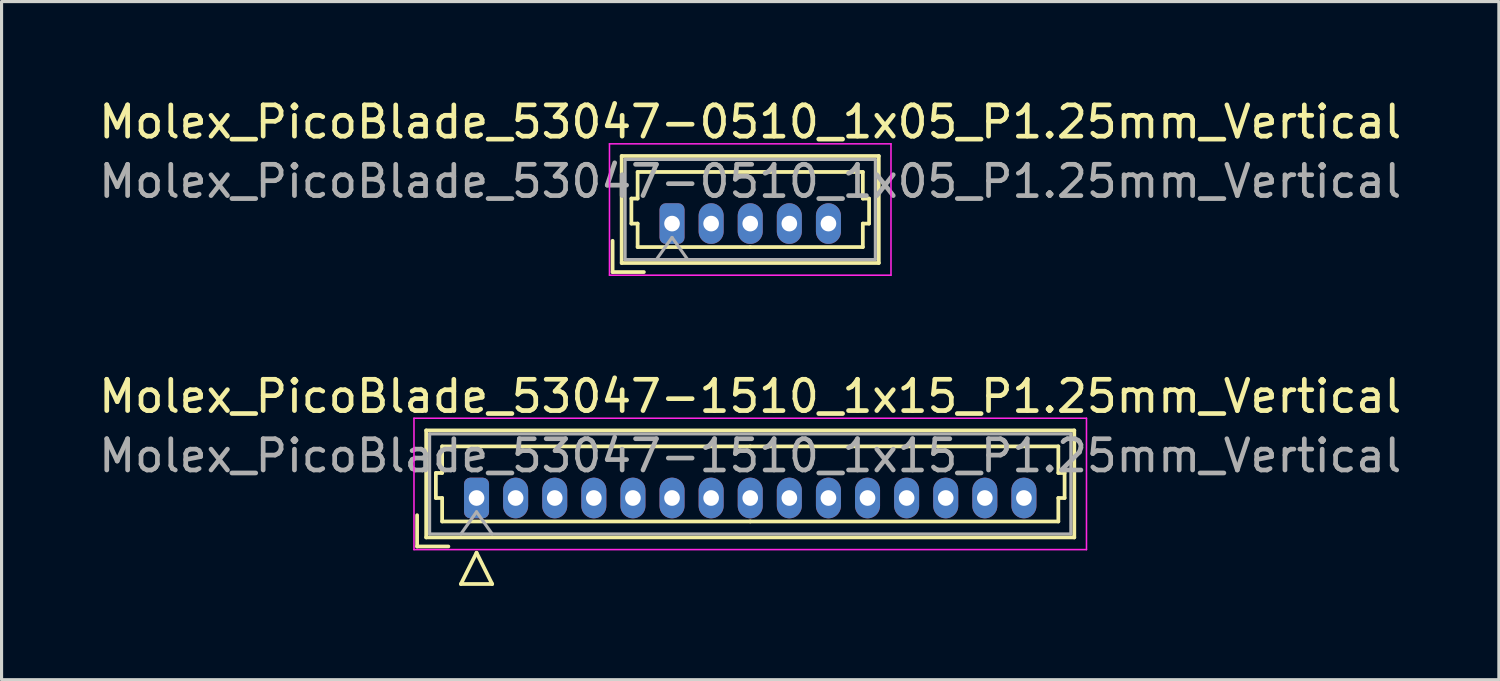
<source format=kicad_pcb>
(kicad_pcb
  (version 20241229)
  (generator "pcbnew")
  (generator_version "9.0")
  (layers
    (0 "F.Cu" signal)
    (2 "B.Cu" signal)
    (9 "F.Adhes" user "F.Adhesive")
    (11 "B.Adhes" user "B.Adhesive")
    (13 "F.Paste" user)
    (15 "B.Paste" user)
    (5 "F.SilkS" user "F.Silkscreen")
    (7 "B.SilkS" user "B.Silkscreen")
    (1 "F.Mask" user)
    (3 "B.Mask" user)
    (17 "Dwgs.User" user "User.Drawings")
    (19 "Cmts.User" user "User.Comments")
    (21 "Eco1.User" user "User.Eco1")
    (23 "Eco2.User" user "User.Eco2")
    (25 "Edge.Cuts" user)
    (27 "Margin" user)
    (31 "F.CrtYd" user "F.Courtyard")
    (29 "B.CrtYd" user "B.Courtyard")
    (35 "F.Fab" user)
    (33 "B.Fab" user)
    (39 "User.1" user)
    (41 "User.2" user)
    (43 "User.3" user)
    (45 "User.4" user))
  (footprint "Molex_PicoBlade_53047-1510_1x15_P1.25mm_Vertical"
    (layer "F.Cu")
    (at 12.185 12.871)
    (property "Reference" "Molex_PicoBlade_53047-1510_1x15_P1.25mm_Vertical" (at 8.75 -3.25 0) (layer "F.SilkS") (effects (font (size 1 1) (thickness 0.15))))
    (attr through_hole)
    (fp_line (start -1.9 1.55) (end -1.9 0.55) (stroke (width 0.12) (type solid)) (layer "F.SilkS"))
    (fp_line (start -1.9 1.55) (end -0.9 1.55) (stroke (width 0.12) (type solid)) (layer "F.SilkS"))
    (fp_line (start -1.61 -2.16) (end -1.61 1.26) (stroke (width 0.12) (type solid)) (layer "F.SilkS"))
    (fp_line (start -1.61 1.26) (end 19.11 1.26) (stroke (width 0.12) (type solid)) (layer "F.SilkS"))
    (fp_line (start -1.3 -0.8) (end -1.1 -0.8) (stroke (width 0.12) (type solid)) (layer "F.SilkS"))
    (fp_line (start -1.3 0) (end -1.3 -0.8) (stroke (width 0.12) (type solid)) (layer "F.SilkS"))
    (fp_line (start -1.1 -1.65) (end 8.75 -1.65) (stroke (width 0.12) (type solid)) (layer "F.SilkS"))
    (fp_line (start -1.1 -0.8) (end -1.1 -1.65) (stroke (width 0.12) (type solid)) (layer "F.SilkS"))
    (fp_line (start -1.1 0) (end -1.3 0) (stroke (width 0.12) (type solid)) (layer "F.SilkS"))
    (fp_line (start -1.1 0.75) (end -1.1 0) (stroke (width 0.12) (type solid)) (layer "F.SilkS"))
    (fp_line (start -0.5 2.75) (end 0.5 2.75) (stroke (width 0.12) (type solid)) (layer "F.SilkS"))
    (fp_line (start 0 1.75) (end -0.5 2.75) (stroke (width 0.12) (type solid)) (layer "F.SilkS"))
    (fp_line (start 0.5 2.75) (end 0 1.75) (stroke (width 0.12) (type solid)) (layer "F.SilkS"))
    (fp_line (start 8.75 0.75) (end -1.1 0.75) (stroke (width 0.12) (type solid)) (layer "F.SilkS"))
    (fp_line (start 8.75 0.75) (end 18.6 0.75) (stroke (width 0.12) (type solid)) (layer "F.SilkS"))
    (fp_line (start 18.6 -1.65) (end 8.75 -1.65) (stroke (width 0.12) (type solid)) (layer "F.SilkS"))
    (fp_line (start 18.6 -0.8) (end 18.6 -1.65) (stroke (width 0.12) (type solid)) (layer "F.SilkS"))
    (fp_line (start 18.6 0) (end 18.8 0) (stroke (width 0.12) (type solid)) (layer "F.SilkS"))
    (fp_line (start 18.6 0.75) (end 18.6 0) (stroke (width 0.12) (type solid)) (layer "F.SilkS"))
    (fp_line (start 18.8 -0.8) (end 18.6 -0.8) (stroke (width 0.12) (type solid)) (layer "F.SilkS"))
    (fp_line (start 18.8 0) (end 18.8 -0.8) (stroke (width 0.12) (type solid)) (layer "F.SilkS"))
    (fp_line (start 19.11 -2.16) (end -1.61 -2.16) (stroke (width 0.12) (type solid)) (layer "F.SilkS"))
    (fp_line (start 19.11 1.26) (end 19.11 -2.16) (stroke (width 0.12) (type solid)) (layer "F.SilkS"))
    (fp_line (start -2 -2.55) (end -2 1.65) (stroke (width 0.05) (type solid)) (layer "F.CrtYd"))
    (fp_line (start -2 1.65) (end 19.5 1.65) (stroke (width 0.05) (type solid)) (layer "F.CrtYd"))
    (fp_line (start 19.5 -2.55) (end -2 -2.55) (stroke (width 0.05) (type solid)) (layer "F.CrtYd"))
    (fp_line (start 19.5 1.65) (end 19.5 -2.55) (stroke (width 0.05) (type solid)) (layer "F.CrtYd"))
    (fp_line (start -1.5 -2.05) (end -1.5 1.15) (stroke (width 0.1) (type solid)) (layer "F.Fab"))
    (fp_line (start -1.5 1.15) (end 19 1.15) (stroke (width 0.1) (type solid)) (layer "F.Fab"))
    (fp_line (start -0.5 1.15) (end 0 0.443) (stroke (width 0.1) (type solid)) (layer "F.Fab"))
    (fp_line (start 0 0.443) (end 0.5 1.15) (stroke (width 0.1) (type solid)) (layer "F.Fab"))
    (fp_line (start 19 -2.05) (end -1.5 -2.05) (stroke (width 0.1) (type solid)) (layer "F.Fab"))
    (fp_line (start 19 1.15) (end 19 -2.05) (stroke (width 0.1) (type solid)) (layer "F.Fab"))
    (fp_text user "${REFERENCE}" (at 8.75 -1.35 0) (layer "F.Fab") (effects (font (size 1 1) (thickness 0.15))))
    (pad "1" thru_hole roundrect (at 0 0) (size 0.8 1.3) (drill 0.5) (layers "*.Cu" "*.Mask") (roundrect_rratio 0.25))
    (pad "2" thru_hole oval (at 1.25 0) (size 0.8 1.3) (drill 0.5) (layers "*.Cu" "*.Mask"))
    (pad "3" thru_hole oval (at 2.5 0) (size 0.8 1.3) (drill 0.5) (layers "*.Cu" "*.Mask"))
    (pad "4" thru_hole oval (at 3.75 0) (size 0.8 1.3) (drill 0.5) (layers "*.Cu" "*.Mask"))
    (pad "5" thru_hole oval (at 5 0) (size 0.8 1.3) (drill 0.5) (layers "*.Cu" "*.Mask"))
    (pad "6" thru_hole oval (at 6.25 0) (size 0.8 1.3) (drill 0.5) (layers "*.Cu" "*.Mask"))
    (pad "7" thru_hole oval (at 7.5 0) (size 0.8 1.3) (drill 0.5) (layers "*.Cu" "*.Mask"))
    (pad "8" thru_hole oval (at 8.75 0) (size 0.8 1.3) (drill 0.5) (layers "*.Cu" "*.Mask"))
    (pad "9" thru_hole oval (at 10 0) (size 0.8 1.3) (drill 0.5) (layers "*.Cu" "*.Mask"))
    (pad "10" thru_hole oval (at 11.25 0) (size 0.8 1.3) (drill 0.5) (layers "*.Cu" "*.Mask"))
    (pad "11" thru_hole oval (at 12.5 0) (size 0.8 1.3) (drill 0.5) (layers "*.Cu" "*.Mask"))
    (pad "12" thru_hole oval (at 13.75 0) (size 0.8 1.3) (drill 0.5) (layers "*.Cu" "*.Mask"))
    (pad "13" thru_hole oval (at 15 0) (size 0.8 1.3) (drill 0.5) (layers "*.Cu" "*.Mask"))
    (pad "14" thru_hole oval (at 16.25 0) (size 0.8 1.3) (drill 0.5) (layers "*.Cu" "*.Mask"))
    (pad "15" thru_hole oval (at 17.5 0) (size 0.8 1.3) (drill 0.5) (layers "*.Cu" "*.Mask")))
  (footprint "Molex_PicoBlade_53047-0510_1x05_P1.25mm_Vertical"
    (layer "F.Cu")
    (at 18.435 4.098)
    (property "Reference" "Molex_PicoBlade_53047-0510_1x05_P1.25mm_Vertical" (at 2.5 -3.25 0) (layer "F.SilkS") (effects (font (size 1 1) (thickness 0.15))))
    (attr through_hole)
    (fp_line (start -1.9 1.55) (end -1.9 0.55) (stroke (width 0.12) (type solid)) (layer "F.SilkS"))
    (fp_line (start -1.9 1.55) (end -0.9 1.55) (stroke (width 0.12) (type solid)) (layer "F.SilkS"))
    (fp_line (start -1.61 -2.16) (end -1.61 1.26) (stroke (width 0.12) (type solid)) (layer "F.SilkS"))
    (fp_line (start -1.61 1.26) (end 6.61 1.26) (stroke (width 0.12) (type solid)) (layer "F.SilkS"))
    (fp_line (start -1.3 -0.8) (end -1.1 -0.8) (stroke (width 0.12) (type solid)) (layer "F.SilkS"))
    (fp_line (start -1.3 0) (end -1.3 -0.8) (stroke (width 0.12) (type solid)) (layer "F.SilkS"))
    (fp_line (start -1.1 -1.65) (end 2.5 -1.65) (stroke (width 0.12) (type solid)) (layer "F.SilkS"))
    (fp_line (start -1.1 -0.8) (end -1.1 -1.65) (stroke (width 0.12) (type solid)) (layer "F.SilkS"))
    (fp_line (start -1.1 0) (end -1.3 0) (stroke (width 0.12) (type solid)) (layer "F.SilkS"))
    (fp_line (start -1.1 0.75) (end -1.1 0) (stroke (width 0.12) (type solid)) (layer "F.SilkS"))
    (fp_line (start 2.5 0.75) (end -1.1 0.75) (stroke (width 0.12) (type solid)) (layer "F.SilkS"))
    (fp_line (start 2.5 0.75) (end 6.1 0.75) (stroke (width 0.12) (type solid)) (layer "F.SilkS"))
    (fp_line (start 6.1 -1.65) (end 2.5 -1.65) (stroke (width 0.12) (type solid)) (layer "F.SilkS"))
    (fp_line (start 6.1 -0.8) (end 6.1 -1.65) (stroke (width 0.12) (type solid)) (layer "F.SilkS"))
    (fp_line (start 6.1 0) (end 6.3 0) (stroke (width 0.12) (type solid)) (layer "F.SilkS"))
    (fp_line (start 6.1 0.75) (end 6.1 0) (stroke (width 0.12) (type solid)) (layer "F.SilkS"))
    (fp_line (start 6.3 -0.8) (end 6.1 -0.8) (stroke (width 0.12) (type solid)) (layer "F.SilkS"))
    (fp_line (start 6.3 0) (end 6.3 -0.8) (stroke (width 0.12) (type solid)) (layer "F.SilkS"))
    (fp_line (start 6.61 -2.16) (end -1.61 -2.16) (stroke (width 0.12) (type solid)) (layer "F.SilkS"))
    (fp_line (start 6.61 1.26) (end 6.61 -2.16) (stroke (width 0.12) (type solid)) (layer "F.SilkS"))
    (fp_line (start -2 -2.55) (end -2 1.65) (stroke (width 0.05) (type solid)) (layer "F.CrtYd"))
    (fp_line (start -2 1.65) (end 7 1.65) (stroke (width 0.05) (type solid)) (layer "F.CrtYd"))
    (fp_line (start 7 -2.55) (end -2 -2.55) (stroke (width 0.05) (type solid)) (layer "F.CrtYd"))
    (fp_line (start 7 1.65) (end 7 -2.55) (stroke (width 0.05) (type solid)) (layer "F.CrtYd"))
    (fp_line (start -1.5 -2.05) (end -1.5 1.15) (stroke (width 0.1) (type solid)) (layer "F.Fab"))
    (fp_line (start -1.5 1.15) (end 6.5 1.15) (stroke (width 0.1) (type solid)) (layer "F.Fab"))
    (fp_line (start -0.5 1.15) (end 0 0.443) (stroke (width 0.1) (type solid)) (layer "F.Fab"))
    (fp_line (start 0 0.443) (end 0.5 1.15) (stroke (width 0.1) (type solid)) (layer "F.Fab"))
    (fp_line (start 6.5 -2.05) (end -1.5 -2.05) (stroke (width 0.1) (type solid)) (layer "F.Fab"))
    (fp_line (start 6.5 1.15) (end 6.5 -2.05) (stroke (width 0.1) (type solid)) (layer "F.Fab"))
    (fp_text user "${REFERENCE}" (at 2.5 -1.35 0) (layer "F.Fab") (effects (font (size 1 1) (thickness 0.15))))
    (pad "1" thru_hole roundrect (at 0 0) (size 0.8 1.3) (drill 0.5) (layers "*.Cu" "*.Mask") (roundrect_rratio 0.25))
    (pad "2" thru_hole oval (at 1.25 0) (size 0.8 1.3) (drill 0.5) (layers "*.Cu" "*.Mask"))
    (pad "3" thru_hole oval (at 2.5 0) (size 0.8 1.3) (drill 0.5) (layers "*.Cu" "*.Mask"))
    (pad "4" thru_hole oval (at 3.75 0) (size 0.8 1.3) (drill 0.5) (layers "*.Cu" "*.Mask"))
    (pad "5" thru_hole oval (at 5 0) (size 0.8 1.3) (drill 0.5) (layers "*.Cu" "*.Mask")))
  (gr_rect
    (start -3 -3)
    (end 44.869 18.681)
    (stroke (width 0.1) (type default))
    (fill no)
    (layer "Edge.Cuts")))
</source>
